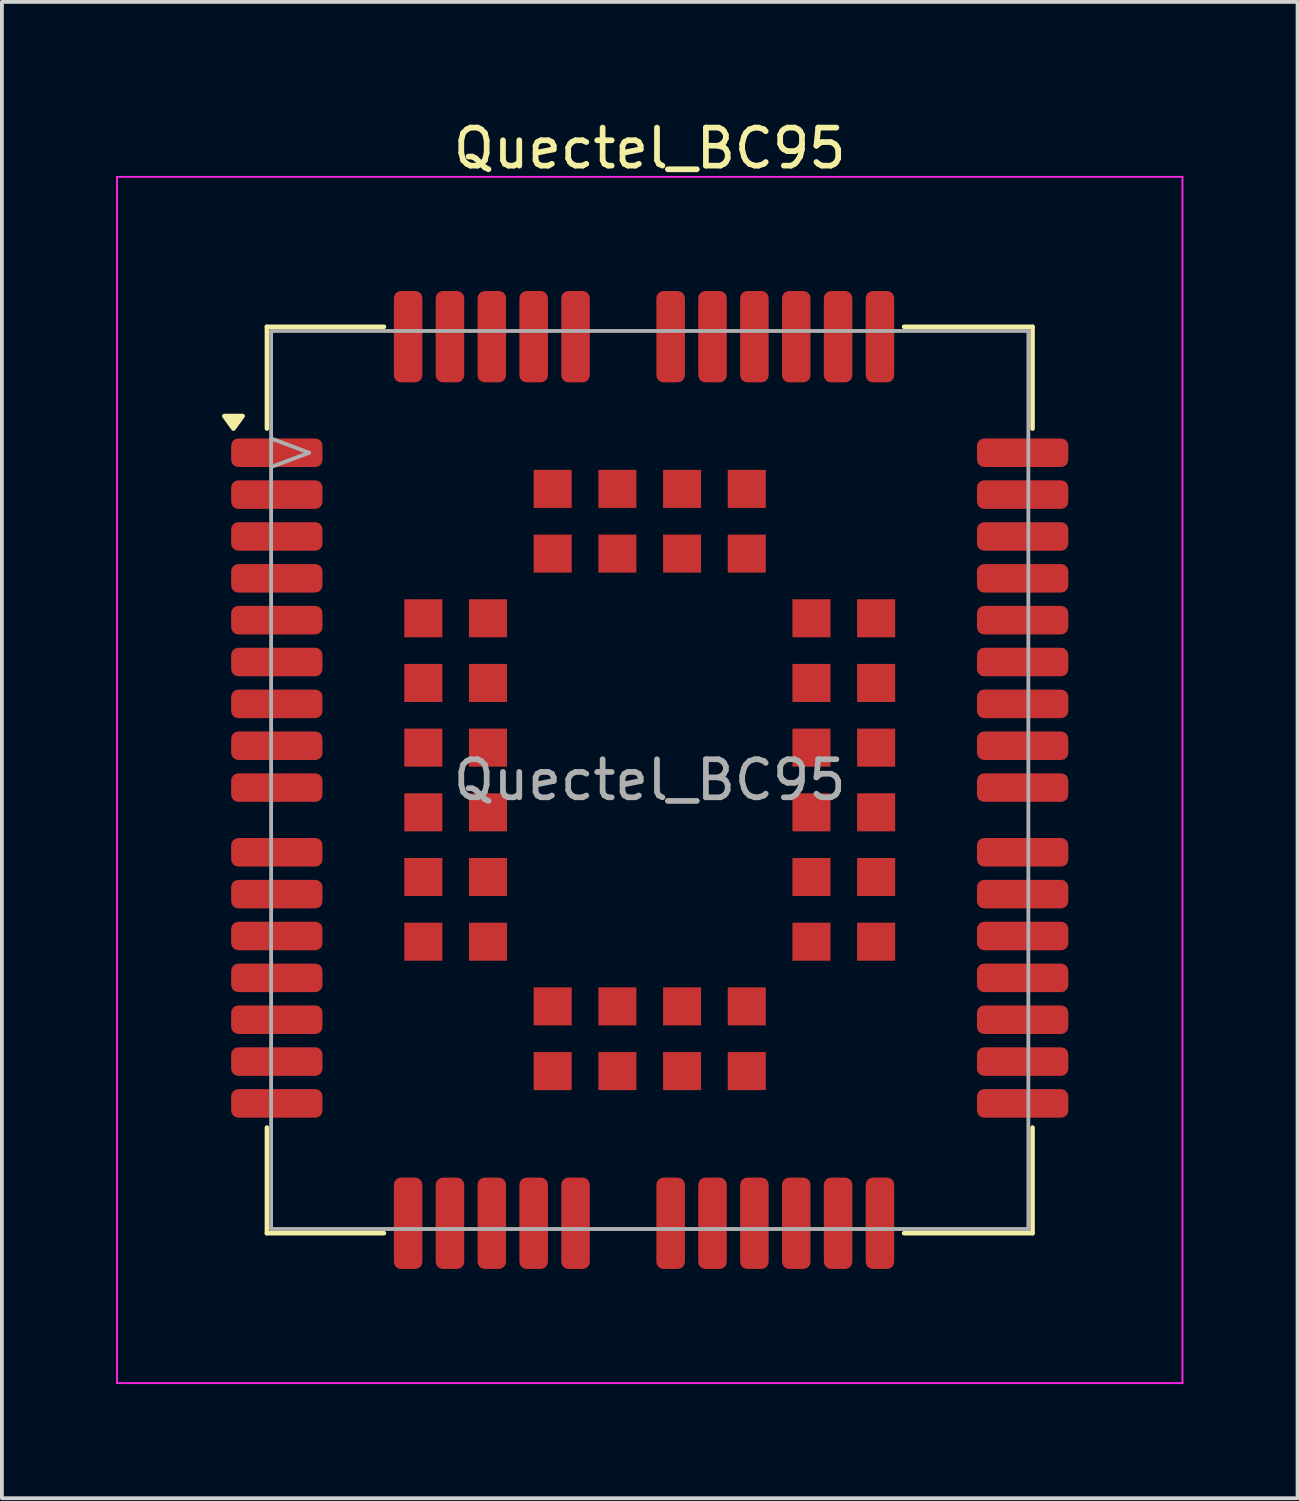
<source format=kicad_pcb>
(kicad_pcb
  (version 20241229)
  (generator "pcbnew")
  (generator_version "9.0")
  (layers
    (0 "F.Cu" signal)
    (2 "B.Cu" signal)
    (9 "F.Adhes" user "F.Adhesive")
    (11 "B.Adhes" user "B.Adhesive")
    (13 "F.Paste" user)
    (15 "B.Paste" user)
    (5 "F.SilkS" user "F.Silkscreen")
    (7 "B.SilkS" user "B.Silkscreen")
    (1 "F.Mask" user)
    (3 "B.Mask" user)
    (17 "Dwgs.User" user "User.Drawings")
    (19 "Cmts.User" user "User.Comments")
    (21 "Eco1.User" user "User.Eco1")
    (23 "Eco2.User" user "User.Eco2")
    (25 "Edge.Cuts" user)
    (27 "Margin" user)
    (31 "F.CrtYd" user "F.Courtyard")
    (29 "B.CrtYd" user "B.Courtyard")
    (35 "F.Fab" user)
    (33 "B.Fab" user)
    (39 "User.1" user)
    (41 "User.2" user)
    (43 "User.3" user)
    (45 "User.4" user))
  (footprint "Quectel_BC95"
    (layer "F.Cu")
    (at 14.025 17.448)
    (property "Reference" "Quectel_BC95" (at 0 -16.6 0) (unlocked yes) (layer "F.SilkS") (effects (font (size 1 1) (thickness 0.15))))
    (attr smd)
    (fp_line (start -10.06 -11.91) (end -10.06 -9.235) (stroke (width 0.12) (type solid)) (layer "F.SilkS"))
    (fp_line (start -10.06 -11.91) (end -6.985 -11.91) (stroke (width 0.12) (type solid)) (layer "F.SilkS"))
    (fp_line (start -10.06 9.135) (end -10.06 11.91) (stroke (width 0.12) (type solid)) (layer "F.SilkS"))
    (fp_line (start -10.06 11.91) (end -6.985 11.91) (stroke (width 0.12) (type solid)) (layer "F.SilkS"))
    (fp_line (start 6.685 -11.91) (end 10.06 -11.91) (stroke (width 0.12) (type solid)) (layer "F.SilkS"))
    (fp_line (start 6.685 11.91) (end 10.06 11.91) (stroke (width 0.12) (type solid)) (layer "F.SilkS"))
    (fp_line (start 10.06 -11.91) (end 10.06 -9.235) (stroke (width 0.12) (type solid)) (layer "F.SilkS"))
    (fp_line (start 10.06 11.91) (end 10.06 9.135) (stroke (width 0.12) (type solid)) (layer "F.SilkS"))
    (fp_poly (pts (xy -10.94 -9.235) (xy -11.18 -9.565) (xy -10.7 -9.565) (xy -10.94 -9.235)) (stroke (width 0.12) (type solid)) (fill yes) (layer "F.SilkS"))
    (fp_line (start -14 -15.85) (end -14 15.85) (stroke (width 0.05) (type solid)) (layer "F.CrtYd"))
    (fp_line (start -14 -15.85) (end 14 -15.85) (stroke (width 0.05) (type solid)) (layer "F.CrtYd"))
    (fp_line (start -14 15.85) (end 14 15.85) (stroke (width 0.05) (type solid)) (layer "F.CrtYd"))
    (fp_line (start 14 -15.85) (end 14 15.85) (stroke (width 0.05) (type solid)) (layer "F.CrtYd"))
    (fp_line (start -9.95 -11.8) (end -9.95 11.8) (stroke (width 0.1) (type solid)) (layer "F.Fab"))
    (fp_line (start -9.95 -11.8) (end 9.95 -11.8) (stroke (width 0.1) (type solid)) (layer "F.Fab"))
    (fp_line (start -9.95 -8.975) (end -8.95 -8.6) (stroke (width 0.1) (type solid)) (layer "F.Fab"))
    (fp_line (start -9.95 11.8) (end 9.95 11.8) (stroke (width 0.1) (type solid)) (layer "F.Fab"))
    (fp_line (start -8.95 -8.6) (end -9.95 -8.225) (stroke (width 0.1) (type solid)) (layer "F.Fab"))
    (fp_line (start 9.95 -11.8) (end 9.95 11.8) (stroke (width 0.1) (type solid)) (layer "F.Fab"))
    (fp_text user "${REFERENCE}" (at 0 0 0) (layer "F.Fab") (effects (font (size 1 1) (thickness 0.15))))
    (pad "" smd roundrect (at -10.1 -8.6) (size 2.6 0.637) (layers "F.Paste") (roundrect_rratio 0.25))
    (pad "" smd roundrect (at -10.1 -7.5) (size 2.6 0.637) (layers "F.Paste") (roundrect_rratio 0.25))
    (pad "" smd roundrect (at -10.1 -6.4) (size 2.6 0.637) (layers "F.Paste") (roundrect_rratio 0.25))
    (pad "" smd roundrect (at -10.1 -5.3) (size 2.6 0.637) (layers "F.Paste") (roundrect_rratio 0.25))
    (pad "" smd roundrect (at -10.1 -4.2) (size 2.6 0.637) (layers "F.Paste") (roundrect_rratio 0.25))
    (pad "" smd roundrect (at -10.1 -3.1) (size 2.6 0.637) (layers "F.Paste") (roundrect_rratio 0.25))
    (pad "" smd roundrect (at -10.1 -2) (size 2.6 0.637) (layers "F.Paste") (roundrect_rratio 0.25))
    (pad "" smd roundrect (at -10.1 -0.9) (size 2.6 0.637) (layers "F.Paste") (roundrect_rratio 0.25))
    (pad "" smd roundrect (at -10.1 0.2) (size 2.6 0.637) (layers "F.Paste") (roundrect_rratio 0.25))
    (pad "" smd roundrect (at -10.1 1.9) (size 2.6 0.637) (layers "F.Paste") (roundrect_rratio 0.25))
    (pad "" smd roundrect (at -10.1 3) (size 2.6 0.637) (layers "F.Paste") (roundrect_rratio 0.25))
    (pad "" smd roundrect (at -10.1 4.1) (size 2.6 0.637) (layers "F.Paste") (roundrect_rratio 0.25))
    (pad "" smd roundrect (at -10.1 5.2) (size 2.6 0.637) (layers "F.Paste") (roundrect_rratio 0.25))
    (pad "" smd roundrect (at -10.1 6.3) (size 2.6 0.637) (layers "F.Paste") (roundrect_rratio 0.25))
    (pad "" smd roundrect (at -10.1 7.4) (size 2.6 0.637) (layers "F.Paste") (roundrect_rratio 0.25))
    (pad "" smd roundrect (at -10.1 8.5) (size 2.6 0.637) (layers "F.Paste") (roundrect_rratio 0.25))
    (pad "" smd roundrect (at -6.35 -11.95 90) (size 2.6 0.637) (layers "F.Paste") (roundrect_rratio 0.25))
    (pad "" smd roundrect (at -6.35 11.95 90) (size 2.6 0.637) (layers "F.Paste") (roundrect_rratio 0.25))
    (pad "" smd circle (at -5.95 -4.25) (size 0.9 0.9) (layers "F.Paste"))
    (pad "" smd circle (at -5.95 -2.55) (size 0.9 0.9) (layers "F.Paste"))
    (pad "" smd circle (at -5.95 -0.85) (size 0.9 0.9) (layers "F.Paste"))
    (pad "" smd circle (at -5.95 0.85) (size 0.9 0.9) (layers "F.Paste"))
    (pad "" smd circle (at -5.95 2.55) (size 0.9 0.9) (layers "F.Paste"))
    (pad "" smd circle (at -5.95 4.25) (size 0.9 0.9) (layers "F.Paste"))
    (pad "" smd roundrect (at -5.25 -11.95 90) (size 2.6 0.637) (layers "F.Paste") (roundrect_rratio 0.25))
    (pad "" smd roundrect (at -5.25 11.95 90) (size 2.6 0.637) (layers "F.Paste") (roundrect_rratio 0.25))
    (pad "" smd circle (at -4.25 -4.25) (size 0.9 0.9) (layers "F.Paste"))
    (pad "" smd circle (at -4.25 -2.55) (size 0.9 0.9) (layers "F.Paste"))
    (pad "" smd circle (at -4.25 -0.85) (size 0.9 0.9) (layers "F.Paste"))
    (pad "" smd circle (at -4.25 0.85) (size 0.9 0.9) (layers "F.Paste"))
    (pad "" smd circle (at -4.25 2.55) (size 0.9 0.9) (layers "F.Paste"))
    (pad "" smd circle (at -4.25 4.25) (size 0.9 0.9) (layers "F.Paste"))
    (pad "" smd roundrect (at -4.15 -11.95 90) (size 2.6 0.637) (layers "F.Paste") (roundrect_rratio 0.25))
    (pad "" smd roundrect (at -4.15 11.95 90) (size 2.6 0.637) (layers "F.Paste") (roundrect_rratio 0.25))
    (pad "" smd roundrect (at -3.05 -11.95 90) (size 2.6 0.637) (layers "F.Paste") (roundrect_rratio 0.25))
    (pad "" smd roundrect (at -3.05 11.95 90) (size 2.6 0.637) (layers "F.Paste") (roundrect_rratio 0.25))
    (pad "" smd circle (at -2.55 -7.65) (size 0.9 0.9) (layers "F.Paste"))
    (pad "" smd circle (at -2.55 -5.95) (size 0.9 0.9) (layers "F.Paste"))
    (pad "" smd circle (at -2.55 5.95) (size 0.9 0.9) (layers "F.Paste"))
    (pad "" smd circle (at -2.55 7.65) (size 0.9 0.9) (layers "F.Paste"))
    (pad "" smd roundrect (at -1.95 -11.95 90) (size 2.6 0.637) (layers "F.Paste") (roundrect_rratio 0.25))
    (pad "" smd roundrect (at -1.95 11.95 90) (size 2.6 0.637) (layers "F.Paste") (roundrect_rratio 0.25))
    (pad "" smd circle (at -0.85 -7.65) (size 0.9 0.9) (layers "F.Paste"))
    (pad "" smd circle (at -0.85 -5.95) (size 0.9 0.9) (layers "F.Paste"))
    (pad "" smd circle (at -0.85 5.95) (size 0.9 0.9) (layers "F.Paste"))
    (pad "" smd circle (at -0.85 7.65) (size 0.9 0.9) (layers "F.Paste"))
    (pad "" smd roundrect (at 0.55 -11.95 90) (size 2.6 0.637) (layers "F.Paste") (roundrect_rratio 0.25))
    (pad "" smd roundrect (at 0.55 11.95 90) (size 2.6 0.637) (layers "F.Paste") (roundrect_rratio 0.25))
    (pad "" smd circle (at 0.85 -7.65) (size 0.9 0.9) (layers "F.Paste"))
    (pad "" smd circle (at 0.85 -5.95) (size 0.9 0.9) (layers "F.Paste"))
    (pad "" smd circle (at 0.85 5.95) (size 0.9 0.9) (layers "F.Paste"))
    (pad "" smd circle (at 0.85 7.65) (size 0.9 0.9) (layers "F.Paste"))
    (pad "" smd roundrect (at 1.65 -11.95 90) (size 2.6 0.637) (layers "F.Paste") (roundrect_rratio 0.25))
    (pad "" smd roundrect (at 1.65 11.95 90) (size 2.6 0.637) (layers "F.Paste") (roundrect_rratio 0.25))
    (pad "" smd circle (at 2.55 -7.65) (size 0.9 0.9) (layers "F.Paste"))
    (pad "" smd circle (at 2.55 -5.95) (size 0.9 0.9) (layers "F.Paste"))
    (pad "" smd circle (at 2.55 5.95) (size 0.9 0.9) (layers "F.Paste"))
    (pad "" smd circle (at 2.55 7.65) (size 0.9 0.9) (layers "F.Paste"))
    (pad "" smd roundrect (at 2.75 -11.95 90) (size 2.6 0.637) (layers "F.Paste") (roundrect_rratio 0.25))
    (pad "" smd roundrect (at 2.75 11.95 90) (size 2.6 0.637) (layers "F.Paste") (roundrect_rratio 0.25))
    (pad "" smd roundrect (at 3.85 -11.95 90) (size 2.6 0.637) (layers "F.Paste") (roundrect_rratio 0.25))
    (pad "" smd roundrect (at 3.85 11.95 90) (size 2.6 0.637) (layers "F.Paste") (roundrect_rratio 0.25))
    (pad "" smd circle (at 4.25 -4.25) (size 0.9 0.9) (layers "F.Paste"))
    (pad "" smd circle (at 4.25 -2.55) (size 0.9 0.9) (layers "F.Paste"))
    (pad "" smd circle (at 4.25 -0.85) (size 0.9 0.9) (layers "F.Paste"))
    (pad "" smd circle (at 4.25 0.85) (size 0.9 0.9) (layers "F.Paste"))
    (pad "" smd circle (at 4.25 2.55) (size 0.9 0.9) (layers "F.Paste"))
    (pad "" smd circle (at 4.25 4.25) (size 0.9 0.9) (layers "F.Paste"))
    (pad "" smd roundrect (at 4.95 -11.95 90) (size 2.6 0.637) (layers "F.Paste") (roundrect_rratio 0.25))
    (pad "" smd roundrect (at 4.95 11.95 90) (size 2.6 0.637) (layers "F.Paste") (roundrect_rratio 0.25))
    (pad "" smd circle (at 5.95 -4.25) (size 0.9 0.9) (layers "F.Paste"))
    (pad "" smd circle (at 5.95 -2.55) (size 0.9 0.9) (layers "F.Paste"))
    (pad "" smd circle (at 5.95 -0.85) (size 0.9 0.9) (layers "F.Paste"))
    (pad "" smd circle (at 5.95 0.85) (size 0.9 0.9) (layers "F.Paste"))
    (pad "" smd circle (at 5.95 2.55) (size 0.9 0.9) (layers "F.Paste"))
    (pad "" smd circle (at 5.95 4.25) (size 0.9 0.9) (layers "F.Paste"))
    (pad "" smd roundrect (at 6.05 -11.95 90) (size 2.6 0.637) (layers "F.Paste") (roundrect_rratio 0.25))
    (pad "" smd roundrect (at 6.05 11.95 90) (size 2.6 0.637) (layers "F.Paste") (roundrect_rratio 0.25))
    (pad "" smd roundrect (at 10.1 -8.6) (size 2.6 0.637) (layers "F.Paste") (roundrect_rratio 0.25))
    (pad "" smd roundrect (at 10.1 -7.5) (size 2.6 0.637) (layers "F.Paste") (roundrect_rratio 0.25))
    (pad "" smd roundrect (at 10.1 -6.4) (size 2.6 0.637) (layers "F.Paste") (roundrect_rratio 0.25))
    (pad "" smd roundrect (at 10.1 -5.3) (size 2.6 0.637) (layers "F.Paste") (roundrect_rratio 0.25))
    (pad "" smd roundrect (at 10.1 -4.2) (size 2.6 0.637) (layers "F.Paste") (roundrect_rratio 0.25))
    (pad "" smd roundrect (at 10.1 -3.1) (size 2.6 0.637) (layers "F.Paste") (roundrect_rratio 0.25))
    (pad "" smd roundrect (at 10.1 -2) (size 2.6 0.637) (layers "F.Paste") (roundrect_rratio 0.25))
    (pad "" smd roundrect (at 10.1 -0.9) (size 2.6 0.637) (layers "F.Paste") (roundrect_rratio 0.25))
    (pad "" smd roundrect (at 10.1 0.2) (size 2.6 0.637) (layers "F.Paste") (roundrect_rratio 0.25))
    (pad "" smd roundrect (at 10.1 1.9) (size 2.6 0.637) (layers "F.Paste") (roundrect_rratio 0.25))
    (pad "" smd roundrect (at 10.1 3) (size 2.6 0.637) (layers "F.Paste") (roundrect_rratio 0.25))
    (pad "" smd roundrect (at 10.1 4.1) (size 2.6 0.637) (layers "F.Paste") (roundrect_rratio 0.25))
    (pad "" smd roundrect (at 10.1 5.2) (size 2.6 0.637) (layers "F.Paste") (roundrect_rratio 0.25))
    (pad "" smd roundrect (at 10.1 6.3) (size 2.6 0.637) (layers "F.Paste") (roundrect_rratio 0.25))
    (pad "" smd roundrect (at 10.1 7.4) (size 2.6 0.637) (layers "F.Paste") (roundrect_rratio 0.25))
    (pad "" smd roundrect (at 10.1 8.5) (size 2.6 0.637) (layers "F.Paste") (roundrect_rratio 0.25))
    (pad "1" smd roundrect (at -9.8 -8.6) (size 2.4 0.75) (layers "F.Cu" "F.Mask") (roundrect_rratio 0.25))
    (pad "2" smd roundrect (at -9.8 -7.5) (size 2.4 0.75) (layers "F.Cu" "F.Mask") (roundrect_rratio 0.25))
    (pad "3" smd roundrect (at -9.8 -6.4) (size 2.4 0.75) (layers "F.Cu" "F.Mask") (roundrect_rratio 0.25))
    (pad "4" smd roundrect (at -9.8 -5.3) (size 2.4 0.75) (layers "F.Cu" "F.Mask") (roundrect_rratio 0.25))
    (pad "5" smd roundrect (at -9.8 -4.2) (size 2.4 0.75) (layers "F.Cu" "F.Mask") (roundrect_rratio 0.25))
    (pad "6" smd roundrect (at -9.8 -3.1) (size 2.4 0.75) (layers "F.Cu" "F.Mask") (roundrect_rratio 0.25))
    (pad "7" smd roundrect (at -9.8 -2) (size 2.4 0.75) (layers "F.Cu" "F.Mask") (roundrect_rratio 0.25))
    (pad "8" smd roundrect (at -9.8 -0.9) (size 2.4 0.75) (layers "F.Cu" "F.Mask") (roundrect_rratio 0.25))
    (pad "9" smd roundrect (at -9.8 0.2) (size 2.4 0.75) (layers "F.Cu" "F.Mask") (roundrect_rratio 0.25))
    (pad "10" smd roundrect (at -9.8 1.9) (size 2.4 0.75) (layers "F.Cu" "F.Mask") (roundrect_rratio 0.25))
    (pad "11" smd roundrect (at -9.8 3) (size 2.4 0.75) (layers "F.Cu" "F.Mask") (roundrect_rratio 0.25))
    (pad "12" smd roundrect (at -9.8 4.1) (size 2.4 0.75) (layers "F.Cu" "F.Mask") (roundrect_rratio 0.25))
    (pad "13" smd roundrect (at -9.8 5.2) (size 2.4 0.75) (layers "F.Cu" "F.Mask") (roundrect_rratio 0.25))
    (pad "14" smd roundrect (at -9.8 6.3) (size 2.4 0.75) (layers "F.Cu" "F.Mask") (roundrect_rratio 0.25))
    (pad "15" smd roundrect (at -9.8 7.4) (size 2.4 0.75) (layers "F.Cu" "F.Mask") (roundrect_rratio 0.25))
    (pad "16" smd roundrect (at -9.8 8.5) (size 2.4 0.75) (layers "F.Cu" "F.Mask") (roundrect_rratio 0.25))
    (pad "17" smd roundrect (at -6.35 11.65) (size 0.75 2.4) (layers "F.Cu" "F.Mask") (roundrect_rratio 0.25))
    (pad "18" smd roundrect (at -5.25 11.65) (size 0.75 2.4) (layers "F.Cu" "F.Mask") (roundrect_rratio 0.25))
    (pad "19" smd roundrect (at -4.15 11.65) (size 0.75 2.4) (layers "F.Cu" "F.Mask") (roundrect_rratio 0.25))
    (pad "20" smd roundrect (at -3.05 11.65) (size 0.75 2.4) (layers "F.Cu" "F.Mask") (roundrect_rratio 0.25))
    (pad "21" smd roundrect (at -1.95 11.65) (size 0.75 2.4) (layers "F.Cu" "F.Mask") (roundrect_rratio 0.25))
    (pad "22" smd roundrect (at 0.55 11.65) (size 0.75 2.4) (layers "F.Cu" "F.Mask") (roundrect_rratio 0.25))
    (pad "23" smd roundrect (at 1.65 11.65) (size 0.75 2.4) (layers "F.Cu" "F.Mask") (roundrect_rratio 0.25))
    (pad "24" smd roundrect (at 2.75 11.65) (size 0.75 2.4) (layers "F.Cu" "F.Mask") (roundrect_rratio 0.25))
    (pad "25" smd roundrect (at 3.85 11.65) (size 0.75 2.4) (layers "F.Cu" "F.Mask") (roundrect_rratio 0.25))
    (pad "26" smd roundrect (at 4.95 11.65) (size 0.75 2.4) (layers "F.Cu" "F.Mask") (roundrect_rratio 0.25))
    (pad "27" smd roundrect (at 6.05 11.65) (size 0.75 2.4) (layers "F.Cu" "F.Mask") (roundrect_rratio 0.25))
    (pad "28" smd roundrect (at 9.8 8.5) (size 2.4 0.75) (layers "F.Cu" "F.Mask") (roundrect_rratio 0.25))
    (pad "29" smd roundrect (at 9.8 7.4) (size 2.4 0.75) (layers "F.Cu" "F.Mask") (roundrect_rratio 0.25))
    (pad "30" smd roundrect (at 9.8 6.3) (size 2.4 0.75) (layers "F.Cu" "F.Mask") (roundrect_rratio 0.25))
    (pad "31" smd roundrect (at 9.8 5.2) (size 2.4 0.75) (layers "F.Cu" "F.Mask") (roundrect_rratio 0.25))
    (pad "32" smd roundrect (at 9.8 4.1) (size 2.4 0.75) (layers "F.Cu" "F.Mask") (roundrect_rratio 0.25))
    (pad "33" smd roundrect (at 9.8 3) (size 2.4 0.75) (layers "F.Cu" "F.Mask") (roundrect_rratio 0.25))
    (pad "34" smd roundrect (at 9.8 1.9) (size 2.4 0.75) (layers "F.Cu" "F.Mask") (roundrect_rratio 0.25))
    (pad "35" smd roundrect (at 9.8 0.2) (size 2.4 0.75) (layers "F.Cu" "F.Mask") (roundrect_rratio 0.25))
    (pad "36" smd roundrect (at 9.8 -0.9) (size 2.4 0.75) (layers "F.Cu" "F.Mask") (roundrect_rratio 0.25))
    (pad "37" smd roundrect (at 9.8 -2) (size 2.4 0.75) (layers "F.Cu" "F.Mask") (roundrect_rratio 0.25))
    (pad "38" smd roundrect (at 9.8 -3.1) (size 2.4 0.75) (layers "F.Cu" "F.Mask") (roundrect_rratio 0.25))
    (pad "39" smd roundrect (at 9.8 -4.2) (size 2.4 0.75) (layers "F.Cu" "F.Mask") (roundrect_rratio 0.25))
    (pad "40" smd roundrect (at 9.8 -5.3) (size 2.4 0.75) (layers "F.Cu" "F.Mask") (roundrect_rratio 0.25))
    (pad "41" smd roundrect (at 9.8 -6.4) (size 2.4 0.75) (layers "F.Cu" "F.Mask") (roundrect_rratio 0.25))
    (pad "42" smd roundrect (at 9.8 -7.5) (size 2.4 0.75) (layers "F.Cu" "F.Mask") (roundrect_rratio 0.25))
    (pad "43" smd roundrect (at 9.8 -8.6) (size 2.4 0.75) (layers "F.Cu" "F.Mask") (roundrect_rratio 0.25))
    (pad "44" smd roundrect (at 6.05 -11.65) (size 0.75 2.4) (layers "F.Cu" "F.Mask") (roundrect_rratio 0.25))
    (pad "45" smd roundrect (at 4.95 -11.65) (size 0.75 2.4) (layers "F.Cu" "F.Mask") (roundrect_rratio 0.25))
    (pad "46" smd roundrect (at 3.85 -11.65) (size 0.75 2.4) (layers "F.Cu" "F.Mask") (roundrect_rratio 0.25))
    (pad "47" smd roundrect (at 2.75 -11.65) (size 0.75 2.4) (layers "F.Cu" "F.Mask") (roundrect_rratio 0.25))
    (pad "48" smd roundrect (at 1.65 -11.65) (size 0.75 2.4) (layers "F.Cu" "F.Mask") (roundrect_rratio 0.25))
    (pad "49" smd roundrect (at 0.55 -11.65) (size 0.75 2.4) (layers "F.Cu" "F.Mask") (roundrect_rratio 0.25))
    (pad "50" smd roundrect (at -1.95 -11.65) (size 0.75 2.4) (layers "F.Cu" "F.Mask") (roundrect_rratio 0.25))
    (pad "51" smd roundrect (at -3.05 -11.65) (size 0.75 2.4) (layers "F.Cu" "F.Mask") (roundrect_rratio 0.25))
    (pad "52" smd roundrect (at -4.15 -11.65) (size 0.75 2.4) (layers "F.Cu" "F.Mask") (roundrect_rratio 0.25))
    (pad "53" smd roundrect (at -5.25 -11.65) (size 0.75 2.4) (layers "F.Cu" "F.Mask") (roundrect_rratio 0.25))
    (pad "54" smd roundrect (at -6.35 -11.65) (size 0.75 2.4) (layers "F.Cu" "F.Mask") (roundrect_rratio 0.25))
    (pad "55" smd rect (at -5.95 -4.25) (size 1 1) (layers "F.Cu" "F.Mask"))
    (pad "56" smd rect (at -5.95 -2.55) (size 1 1) (layers "F.Cu" "F.Mask"))
    (pad "57" smd rect (at -5.95 -0.85) (size 1 1) (layers "F.Cu" "F.Mask"))
    (pad "58" smd rect (at -5.95 0.85) (size 1 1) (layers "F.Cu" "F.Mask"))
    (pad "59" smd rect (at -5.95 2.55) (size 1 1) (layers "F.Cu" "F.Mask"))
    (pad "60" smd rect (at -5.95 4.25) (size 1 1) (layers "F.Cu" "F.Mask"))
    (pad "61" smd rect (at -2.55 7.65) (size 1 1) (layers "F.Cu" "F.Mask"))
    (pad "62" smd rect (at -0.85 7.65) (size 1 1) (layers "F.Cu" "F.Mask"))
    (pad "63" smd rect (at 0.85 7.65) (size 1 1) (layers "F.Cu" "F.Mask"))
    (pad "64" smd rect (at 2.55 7.65) (size 1 1) (layers "F.Cu" "F.Mask"))
    (pad "65" smd rect (at 5.95 4.25) (size 1 1) (layers "F.Cu" "F.Mask"))
    (pad "66" smd rect (at 5.95 2.55) (size 1 1) (layers "F.Cu" "F.Mask"))
    (pad "67" smd rect (at 5.95 0.85) (size 1 1) (layers "F.Cu" "F.Mask"))
    (pad "68" smd rect (at 5.95 -0.85) (size 1 1) (layers "F.Cu" "F.Mask"))
    (pad "69" smd rect (at 5.95 -2.55) (size 1 1) (layers "F.Cu" "F.Mask"))
    (pad "70" smd rect (at 5.95 -4.25) (size 1 1) (layers "F.Cu" "F.Mask"))
    (pad "71" smd rect (at 2.55 -7.65) (size 1 1) (layers "F.Cu" "F.Mask"))
    (pad "72" smd rect (at 0.85 -7.65) (size 1 1) (layers "F.Cu" "F.Mask"))
    (pad "73" smd rect (at -0.85 -7.65) (size 1 1) (layers "F.Cu" "F.Mask"))
    (pad "74" smd rect (at -2.55 -7.65) (size 1 1) (layers "F.Cu" "F.Mask"))
    (pad "75" smd rect (at -4.25 -4.25) (size 1 1) (layers "F.Cu" "F.Mask"))
    (pad "76" smd rect (at -4.25 -2.55) (size 1 1) (layers "F.Cu" "F.Mask"))
    (pad "77" smd rect (at -4.25 -0.85) (size 1 1) (layers "F.Cu" "F.Mask"))
    (pad "78" smd rect (at -4.25 0.85) (size 1 1) (layers "F.Cu" "F.Mask"))
    (pad "79" smd rect (at -4.25 2.55) (size 1 1) (layers "F.Cu" "F.Mask"))
    (pad "80" smd rect (at -4.25 4.25) (size 1 1) (layers "F.Cu" "F.Mask"))
    (pad "81" smd rect (at -2.55 5.95) (size 1 1) (layers "F.Cu" "F.Mask"))
    (pad "82" smd rect (at -0.85 5.95) (size 1 1) (layers "F.Cu" "F.Mask"))
    (pad "83" smd rect (at 0.85 5.95) (size 1 1) (layers "F.Cu" "F.Mask"))
    (pad "84" smd rect (at 2.55 5.95) (size 1 1) (layers "F.Cu" "F.Mask"))
    (pad "85" smd rect (at 4.25 4.25) (size 1 1) (layers "F.Cu" "F.Mask"))
    (pad "86" smd rect (at 4.25 2.55) (size 1 1) (layers "F.Cu" "F.Mask"))
    (pad "87" smd rect (at 4.25 0.85) (size 1 1) (layers "F.Cu" "F.Mask"))
    (pad "88" smd rect (at 4.25 -0.85) (size 1 1) (layers "F.Cu" "F.Mask"))
    (pad "89" smd rect (at 4.25 -2.55) (size 1 1) (layers "F.Cu" "F.Mask"))
    (pad "90" smd rect (at 4.25 -4.25) (size 1 1) (layers "F.Cu" "F.Mask"))
    (pad "91" smd rect (at 2.55 -5.95) (size 1 1) (layers "F.Cu" "F.Mask"))
    (pad "92" smd rect (at 0.85 -5.95) (size 1 1) (layers "F.Cu" "F.Mask"))
    (pad "93" smd rect (at -0.85 -5.95) (size 1 1) (layers "F.Cu" "F.Mask"))
    (pad "94" smd rect (at -2.55 -5.95) (size 1 1) (layers "F.Cu" "F.Mask")))
  (gr_rect
    (start -3 -3)
    (end 31.05 36.323)
    (stroke (width 0.1) (type default))
    (fill no)
    (layer "Edge.Cuts")))
</source>
